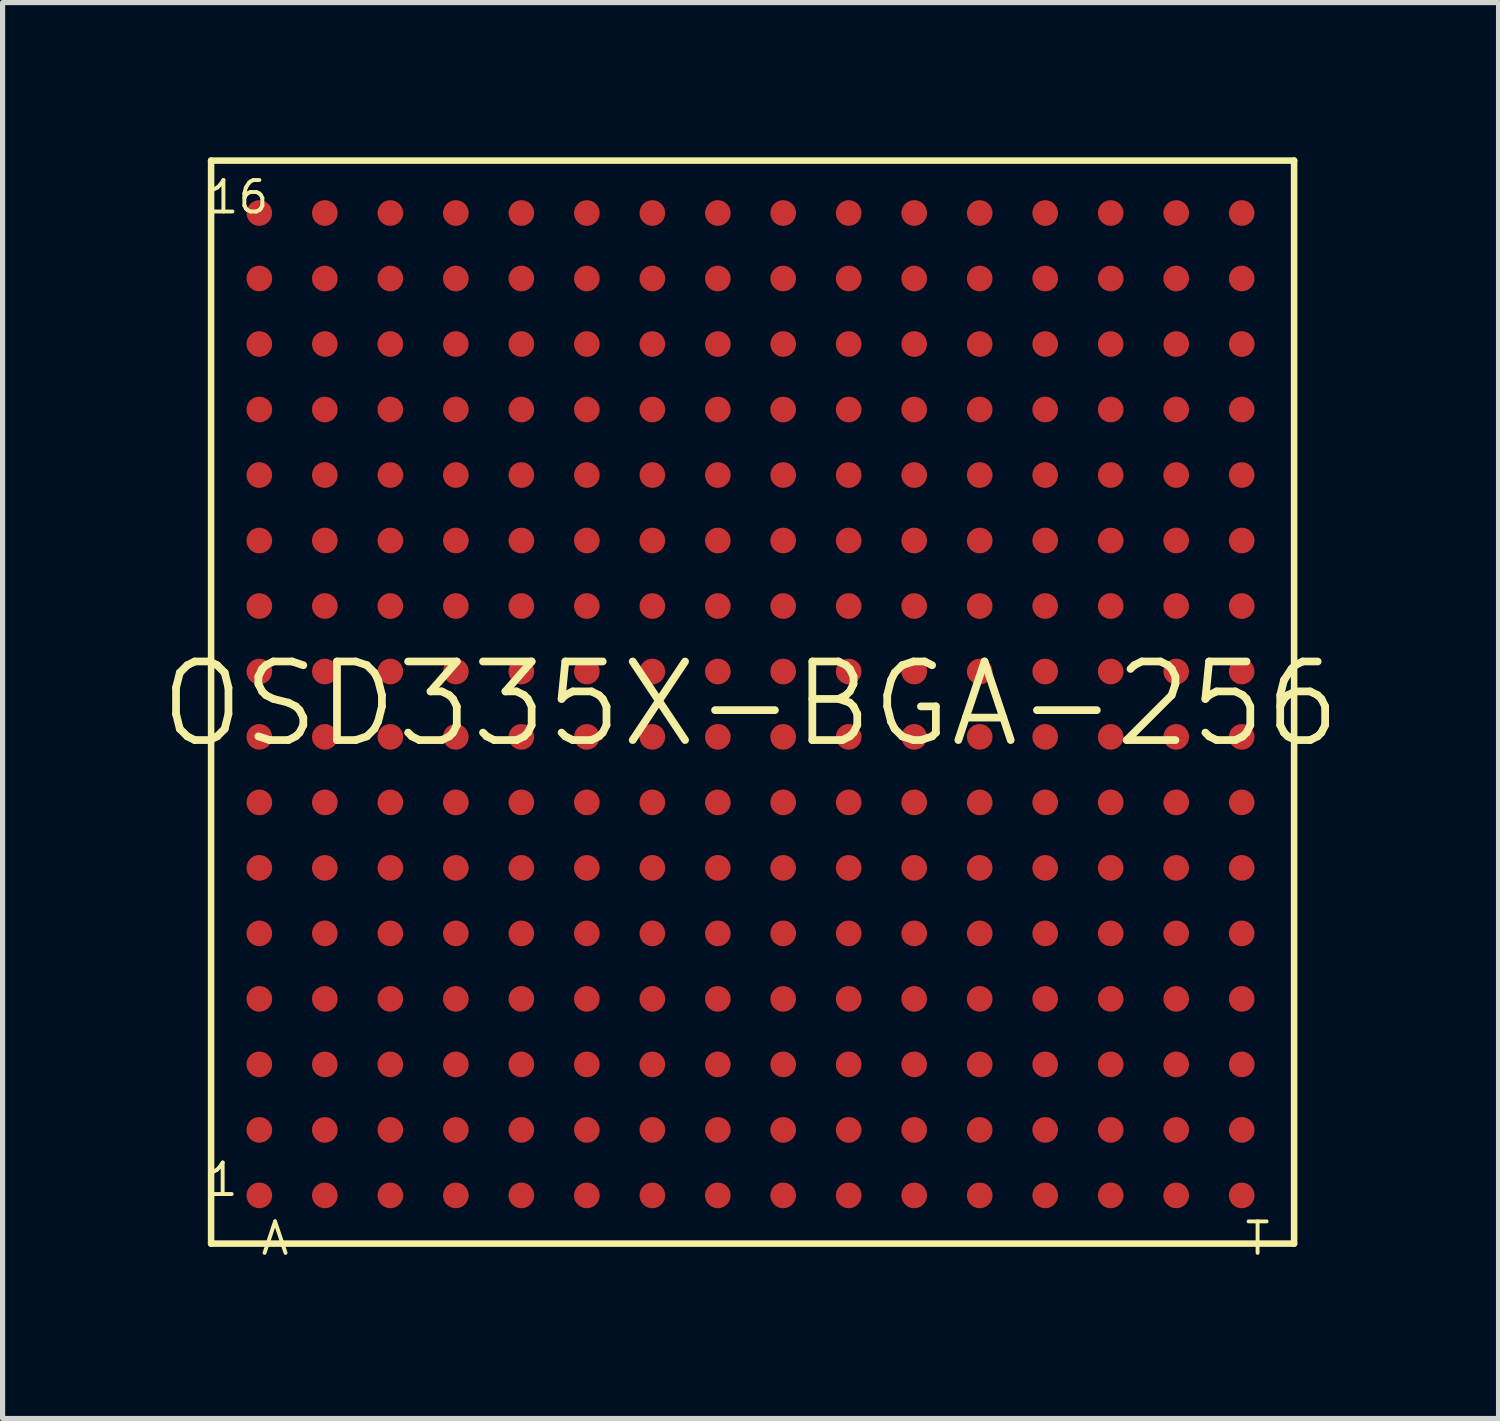
<source format=kicad_pcb>
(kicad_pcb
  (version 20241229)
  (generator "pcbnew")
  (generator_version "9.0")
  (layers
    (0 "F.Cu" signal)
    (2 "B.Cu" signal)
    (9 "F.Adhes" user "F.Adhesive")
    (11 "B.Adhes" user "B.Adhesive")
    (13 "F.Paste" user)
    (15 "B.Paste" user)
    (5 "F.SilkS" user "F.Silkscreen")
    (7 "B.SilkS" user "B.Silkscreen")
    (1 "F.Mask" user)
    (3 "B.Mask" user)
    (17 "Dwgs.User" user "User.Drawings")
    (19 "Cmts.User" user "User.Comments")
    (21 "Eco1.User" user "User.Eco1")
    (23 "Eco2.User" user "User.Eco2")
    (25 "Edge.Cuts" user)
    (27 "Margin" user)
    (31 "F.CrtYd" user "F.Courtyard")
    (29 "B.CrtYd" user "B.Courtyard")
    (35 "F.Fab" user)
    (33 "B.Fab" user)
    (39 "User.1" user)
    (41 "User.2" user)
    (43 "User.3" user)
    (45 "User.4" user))
  (footprint "OSD335X-BGA-256"
    (layer "F.Cu")
    (at 11.503 10.602)
    (property "Reference" "OSD335X-BGA-256" (at 0 0 0) (layer "F.SilkS") (effects (font (size 1.524 1.524) (thickness 0.15))))
    (attr smd)
    (fp_line (start -10.46 -10.538) (end -10.46 10.46) (stroke (width 0.127) (type solid)) (layer "F.SilkS"))
    (fp_line (start -10.46 10.46) (end 10.538 10.46) (stroke (width 0.127) (type solid)) (layer "F.SilkS"))
    (fp_line (start 10.538 -10.538) (end -10.46 -10.538) (stroke (width 0.127) (type solid)) (layer "F.SilkS"))
    (fp_line (start 10.538 10.46) (end 10.538 -10.538) (stroke (width 0.127) (type solid)) (layer "F.SilkS"))
    (fp_text user "16" (at -9.931 -9.83 0) (layer "F.SilkS") (effects (font (size 0.61 0.61) (thickness 0.076))))
    (fp_text user "1" (at -10.236 9.22 0) (layer "F.SilkS") (effects (font (size 0.61 0.61) (thickness 0.076))))
    (fp_text user "A" (at -9.22 10.361 0) (layer "F.SilkS") (effects (font (size 0.61 0.61) (thickness 0.076))))
    (fp_text user "T" (at 9.83 10.361 0) (layer "F.SilkS") (effects (font (size 0.61 0.61) (thickness 0.076))))
    (pad "A1" smd circle (at -9.525 9.525) (size 0.498 0.498) (layers "F.Cu" "F.Mask" "F.Paste"))
    (pad "A2" smd circle (at -9.525 8.255) (size 0.498 0.498) (layers "F.Cu" "F.Mask" "F.Paste"))
    (pad "A3" smd circle (at -9.525 6.985) (size 0.498 0.498) (layers "F.Cu" "F.Mask" "F.Paste"))
    (pad "A4" smd circle (at -9.525 5.715) (size 0.498 0.498) (layers "F.Cu" "F.Mask" "F.Paste"))
    (pad "A5" smd circle (at -9.525 4.445) (size 0.498 0.498) (layers "F.Cu" "F.Mask" "F.Paste"))
    (pad "A6" smd circle (at -9.525 3.175) (size 0.498 0.498) (layers "F.Cu" "F.Mask" "F.Paste"))
    (pad "A7" smd circle (at -9.525 1.905) (size 0.498 0.498) (layers "F.Cu" "F.Mask" "F.Paste"))
    (pad "A8" smd circle (at -9.525 0.635) (size 0.498 0.498) (layers "F.Cu" "F.Mask" "F.Paste"))
    (pad "A9" smd circle (at -9.525 -0.632) (size 0.498 0.498) (layers "F.Cu" "F.Mask" "F.Paste"))
    (pad "A10" smd circle (at -9.525 -1.902) (size 0.498 0.498) (layers "F.Cu" "F.Mask" "F.Paste"))
    (pad "A11" smd circle (at -9.525 -3.172) (size 0.498 0.498) (layers "F.Cu" "F.Mask" "F.Paste"))
    (pad "A12" smd circle (at -9.525 -4.442) (size 0.498 0.498) (layers "F.Cu" "F.Mask" "F.Paste"))
    (pad "A13" smd circle (at -9.525 -5.712) (size 0.498 0.498) (layers "F.Cu" "F.Mask" "F.Paste"))
    (pad "A14" smd circle (at -9.525 -6.982) (size 0.498 0.498) (layers "F.Cu" "F.Mask" "F.Paste"))
    (pad "A15" smd circle (at -9.525 -8.252) (size 0.498 0.498) (layers "F.Cu" "F.Mask" "F.Paste"))
    (pad "A16" smd circle (at -9.525 -9.522) (size 0.498 0.498) (layers "F.Cu" "F.Mask" "F.Paste"))
    (pad "B1" smd circle (at -8.255 9.525) (size 0.498 0.498) (layers "F.Cu" "F.Mask" "F.Paste"))
    (pad "B2" smd circle (at -8.255 8.255) (size 0.498 0.498) (layers "F.Cu" "F.Mask" "F.Paste"))
    (pad "B3" smd circle (at -8.255 6.985) (size 0.498 0.498) (layers "F.Cu" "F.Mask" "F.Paste"))
    (pad "B4" smd circle (at -8.255 5.715) (size 0.498 0.498) (layers "F.Cu" "F.Mask" "F.Paste"))
    (pad "B5" smd circle (at -8.255 4.445) (size 0.498 0.498) (layers "F.Cu" "F.Mask" "F.Paste"))
    (pad "B6" smd circle (at -8.255 3.175) (size 0.498 0.498) (layers "F.Cu" "F.Mask" "F.Paste"))
    (pad "B7" smd circle (at -8.255 1.905) (size 0.498 0.498) (layers "F.Cu" "F.Mask" "F.Paste"))
    (pad "B8" smd circle (at -8.255 0.635) (size 0.498 0.498) (layers "F.Cu" "F.Mask" "F.Paste"))
    (pad "B9" smd circle (at -8.255 -0.632) (size 0.498 0.498) (layers "F.Cu" "F.Mask" "F.Paste"))
    (pad "B10" smd circle (at -8.255 -1.902) (size 0.498 0.498) (layers "F.Cu" "F.Mask" "F.Paste"))
    (pad "B11" smd circle (at -8.255 -3.172) (size 0.498 0.498) (layers "F.Cu" "F.Mask" "F.Paste"))
    (pad "B12" smd circle (at -8.255 -4.442) (size 0.498 0.498) (layers "F.Cu" "F.Mask" "F.Paste"))
    (pad "B13" smd circle (at -8.255 -5.712) (size 0.498 0.498) (layers "F.Cu" "F.Mask" "F.Paste"))
    (pad "B14" smd circle (at -8.255 -6.982) (size 0.498 0.498) (layers "F.Cu" "F.Mask" "F.Paste"))
    (pad "B15" smd circle (at -8.255 -8.252) (size 0.498 0.498) (layers "F.Cu" "F.Mask" "F.Paste"))
    (pad "B16" smd circle (at -8.255 -9.522) (size 0.498 0.498) (layers "F.Cu" "F.Mask" "F.Paste"))
    (pad "C1" smd circle (at -6.985 9.525) (size 0.498 0.498) (layers "F.Cu" "F.Mask" "F.Paste"))
    (pad "C2" smd circle (at -6.985 8.255) (size 0.498 0.498) (layers "F.Cu" "F.Mask" "F.Paste"))
    (pad "C3" smd circle (at -6.985 6.985) (size 0.498 0.498) (layers "F.Cu" "F.Mask" "F.Paste"))
    (pad "C4" smd circle (at -6.985 5.715) (size 0.498 0.498) (layers "F.Cu" "F.Mask" "F.Paste"))
    (pad "C5" smd circle (at -6.985 4.445) (size 0.498 0.498) (layers "F.Cu" "F.Mask" "F.Paste"))
    (pad "C6" smd circle (at -6.985 3.175) (size 0.498 0.498) (layers "F.Cu" "F.Mask" "F.Paste"))
    (pad "C7" smd circle (at -6.985 1.905) (size 0.498 0.498) (layers "F.Cu" "F.Mask" "F.Paste"))
    (pad "C8" smd circle (at -6.985 0.635) (size 0.498 0.498) (layers "F.Cu" "F.Mask" "F.Paste"))
    (pad "C9" smd circle (at -6.985 -0.632) (size 0.498 0.498) (layers "F.Cu" "F.Mask" "F.Paste"))
    (pad "C10" smd circle (at -6.985 -1.902) (size 0.498 0.498) (layers "F.Cu" "F.Mask" "F.Paste"))
    (pad "C11" smd circle (at -6.985 -3.172) (size 0.498 0.498) (layers "F.Cu" "F.Mask" "F.Paste"))
    (pad "C12" smd circle (at -6.985 -4.442) (size 0.498 0.498) (layers "F.Cu" "F.Mask" "F.Paste"))
    (pad "C13" smd circle (at -6.985 -5.712) (size 0.498 0.498) (layers "F.Cu" "F.Mask" "F.Paste"))
    (pad "C14" smd circle (at -6.985 -6.982) (size 0.498 0.498) (layers "F.Cu" "F.Mask" "F.Paste"))
    (pad "C15" smd circle (at -6.985 -8.252) (size 0.498 0.498) (layers "F.Cu" "F.Mask" "F.Paste"))
    (pad "C16" smd circle (at -6.985 -9.522) (size 0.498 0.498) (layers "F.Cu" "F.Mask" "F.Paste"))
    (pad "D1" smd circle (at -5.715 9.525) (size 0.498 0.498) (layers "F.Cu" "F.Mask" "F.Paste"))
    (pad "D2" smd circle (at -5.715 8.255) (size 0.498 0.498) (layers "F.Cu" "F.Mask" "F.Paste"))
    (pad "D3" smd circle (at -5.715 6.985) (size 0.498 0.498) (layers "F.Cu" "F.Mask" "F.Paste"))
    (pad "D4" smd circle (at -5.715 5.715) (size 0.498 0.498) (layers "F.Cu" "F.Mask" "F.Paste"))
    (pad "D5" smd circle (at -5.715 4.445) (size 0.498 0.498) (layers "F.Cu" "F.Mask" "F.Paste"))
    (pad "D6" smd circle (at -5.715 3.175) (size 0.498 0.498) (layers "F.Cu" "F.Mask" "F.Paste"))
    (pad "D7" smd circle (at -5.715 1.905) (size 0.498 0.498) (layers "F.Cu" "F.Mask" "F.Paste"))
    (pad "D8" smd circle (at -5.715 0.635) (size 0.498 0.498) (layers "F.Cu" "F.Mask" "F.Paste"))
    (pad "D9" smd circle (at -5.715 -0.632) (size 0.498 0.498) (layers "F.Cu" "F.Mask" "F.Paste"))
    (pad "D10" smd circle (at -5.715 -1.902) (size 0.498 0.498) (layers "F.Cu" "F.Mask" "F.Paste"))
    (pad "D11" smd circle (at -5.715 -3.172) (size 0.498 0.498) (layers "F.Cu" "F.Mask" "F.Paste"))
    (pad "D12" smd circle (at -5.715 -4.442) (size 0.498 0.498) (layers "F.Cu" "F.Mask" "F.Paste"))
    (pad "D13" smd circle (at -5.715 -5.712) (size 0.498 0.498) (layers "F.Cu" "F.Mask" "F.Paste"))
    (pad "D14" smd circle (at -5.715 -6.982) (size 0.498 0.498) (layers "F.Cu" "F.Mask" "F.Paste"))
    (pad "D15" smd circle (at -5.715 -8.252) (size 0.498 0.498) (layers "F.Cu" "F.Mask" "F.Paste"))
    (pad "D16" smd circle (at -5.715 -9.522) (size 0.498 0.498) (layers "F.Cu" "F.Mask" "F.Paste"))
    (pad "E1" smd circle (at -4.445 9.525) (size 0.498 0.498) (layers "F.Cu" "F.Mask" "F.Paste"))
    (pad "E2" smd circle (at -4.445 8.255) (size 0.498 0.498) (layers "F.Cu" "F.Mask" "F.Paste"))
    (pad "E3" smd circle (at -4.445 6.985) (size 0.498 0.498) (layers "F.Cu" "F.Mask" "F.Paste"))
    (pad "E4" smd circle (at -4.445 5.715) (size 0.498 0.498) (layers "F.Cu" "F.Mask" "F.Paste"))
    (pad "E5" smd circle (at -4.445 4.445) (size 0.498 0.498) (layers "F.Cu" "F.Mask" "F.Paste"))
    (pad "E6" smd circle (at -4.445 3.175) (size 0.498 0.498) (layers "F.Cu" "F.Mask" "F.Paste"))
    (pad "E7" smd circle (at -4.445 1.905) (size 0.498 0.498) (layers "F.Cu" "F.Mask" "F.Paste"))
    (pad "E8" smd circle (at -4.445 0.635) (size 0.498 0.498) (layers "F.Cu" "F.Mask" "F.Paste"))
    (pad "E9" smd circle (at -4.445 -0.632) (size 0.498 0.498) (layers "F.Cu" "F.Mask" "F.Paste"))
    (pad "E10" smd circle (at -4.445 -1.902) (size 0.498 0.498) (layers "F.Cu" "F.Mask" "F.Paste"))
    (pad "E11" smd circle (at -4.445 -3.172) (size 0.498 0.498) (layers "F.Cu" "F.Mask" "F.Paste"))
    (pad "E12" smd circle (at -4.445 -4.442) (size 0.498 0.498) (layers "F.Cu" "F.Mask" "F.Paste"))
    (pad "E13" smd circle (at -4.445 -5.712) (size 0.498 0.498) (layers "F.Cu" "F.Mask" "F.Paste"))
    (pad "E14" smd circle (at -4.445 -6.982) (size 0.498 0.498) (layers "F.Cu" "F.Mask" "F.Paste"))
    (pad "E15" smd circle (at -4.445 -8.252) (size 0.498 0.498) (layers "F.Cu" "F.Mask" "F.Paste"))
    (pad "E16" smd circle (at -4.445 -9.522) (size 0.498 0.498) (layers "F.Cu" "F.Mask" "F.Paste"))
    (pad "F1" smd circle (at -3.175 9.525) (size 0.498 0.498) (layers "F.Cu" "F.Mask" "F.Paste"))
    (pad "F2" smd circle (at -3.175 8.255) (size 0.498 0.498) (layers "F.Cu" "F.Mask" "F.Paste"))
    (pad "F3" smd circle (at -3.175 6.985) (size 0.498 0.498) (layers "F.Cu" "F.Mask" "F.Paste"))
    (pad "F4" smd circle (at -3.175 5.715) (size 0.498 0.498) (layers "F.Cu" "F.Mask" "F.Paste"))
    (pad "F5" smd circle (at -3.175 4.445) (size 0.498 0.498) (layers "F.Cu" "F.Mask" "F.Paste"))
    (pad "F6" smd circle (at -3.175 3.175) (size 0.498 0.498) (layers "F.Cu" "F.Mask" "F.Paste"))
    (pad "F7" smd circle (at -3.175 1.905) (size 0.498 0.498) (layers "F.Cu" "F.Mask" "F.Paste"))
    (pad "F8" smd circle (at -3.175 0.635) (size 0.498 0.498) (layers "F.Cu" "F.Mask" "F.Paste"))
    (pad "F9" smd circle (at -3.175 -0.632) (size 0.498 0.498) (layers "F.Cu" "F.Mask" "F.Paste"))
    (pad "F10" smd circle (at -3.175 -1.902) (size 0.498 0.498) (layers "F.Cu" "F.Mask" "F.Paste"))
    (pad "F11" smd circle (at -3.175 -3.172) (size 0.498 0.498) (layers "F.Cu" "F.Mask" "F.Paste"))
    (pad "F12" smd circle (at -3.175 -4.442) (size 0.498 0.498) (layers "F.Cu" "F.Mask" "F.Paste"))
    (pad "F13" smd circle (at -3.175 -5.712) (size 0.498 0.498) (layers "F.Cu" "F.Mask" "F.Paste"))
    (pad "F14" smd circle (at -3.175 -6.982) (size 0.498 0.498) (layers "F.Cu" "F.Mask" "F.Paste"))
    (pad "F15" smd circle (at -3.175 -8.252) (size 0.498 0.498) (layers "F.Cu" "F.Mask" "F.Paste"))
    (pad "F16" smd circle (at -3.175 -9.522) (size 0.498 0.498) (layers "F.Cu" "F.Mask" "F.Paste"))
    (pad "G1" smd circle (at -1.905 9.525) (size 0.498 0.498) (layers "F.Cu" "F.Mask" "F.Paste"))
    (pad "G2" smd circle (at -1.905 8.255) (size 0.498 0.498) (layers "F.Cu" "F.Mask" "F.Paste"))
    (pad "G3" smd circle (at -1.905 6.985) (size 0.498 0.498) (layers "F.Cu" "F.Mask" "F.Paste"))
    (pad "G4" smd circle (at -1.905 5.715) (size 0.498 0.498) (layers "F.Cu" "F.Mask" "F.Paste"))
    (pad "G5" smd circle (at -1.905 4.445) (size 0.498 0.498) (layers "F.Cu" "F.Mask" "F.Paste"))
    (pad "G6" smd circle (at -1.905 3.175) (size 0.498 0.498) (layers "F.Cu" "F.Mask" "F.Paste"))
    (pad "G7" smd circle (at -1.905 1.905) (size 0.498 0.498) (layers "F.Cu" "F.Mask" "F.Paste"))
    (pad "G8" smd circle (at -1.905 0.635) (size 0.498 0.498) (layers "F.Cu" "F.Mask" "F.Paste"))
    (pad "G9" smd circle (at -1.905 -0.632) (size 0.498 0.498) (layers "F.Cu" "F.Mask" "F.Paste"))
    (pad "G10" smd circle (at -1.905 -1.902) (size 0.498 0.498) (layers "F.Cu" "F.Mask" "F.Paste"))
    (pad "G11" smd circle (at -1.905 -3.172) (size 0.498 0.498) (layers "F.Cu" "F.Mask" "F.Paste"))
    (pad "G12" smd circle (at -1.905 -4.442) (size 0.498 0.498) (layers "F.Cu" "F.Mask" "F.Paste"))
    (pad "G13" smd circle (at -1.905 -5.712) (size 0.498 0.498) (layers "F.Cu" "F.Mask" "F.Paste"))
    (pad "G14" smd circle (at -1.905 -6.982) (size 0.498 0.498) (layers "F.Cu" "F.Mask" "F.Paste"))
    (pad "G15" smd circle (at -1.905 -8.252) (size 0.498 0.498) (layers "F.Cu" "F.Mask" "F.Paste"))
    (pad "G16" smd circle (at -1.905 -9.522) (size 0.498 0.498) (layers "F.Cu" "F.Mask" "F.Paste"))
    (pad "H1" smd circle (at -0.635 9.525) (size 0.498 0.498) (layers "F.Cu" "F.Mask" "F.Paste"))
    (pad "H2" smd circle (at -0.635 8.255) (size 0.498 0.498) (layers "F.Cu" "F.Mask" "F.Paste"))
    (pad "H3" smd circle (at -0.635 6.985) (size 0.498 0.498) (layers "F.Cu" "F.Mask" "F.Paste"))
    (pad "H4" smd circle (at -0.635 5.715) (size 0.498 0.498) (layers "F.Cu" "F.Mask" "F.Paste"))
    (pad "H5" smd circle (at -0.635 4.445) (size 0.498 0.498) (layers "F.Cu" "F.Mask" "F.Paste"))
    (pad "H6" smd circle (at -0.635 3.175) (size 0.498 0.498) (layers "F.Cu" "F.Mask" "F.Paste"))
    (pad "H7" smd circle (at -0.635 1.905) (size 0.498 0.498) (layers "F.Cu" "F.Mask" "F.Paste"))
    (pad "H8" smd circle (at -0.635 0.635) (size 0.498 0.498) (layers "F.Cu" "F.Mask" "F.Paste"))
    (pad "H9" smd circle (at -0.635 -0.632) (size 0.498 0.498) (layers "F.Cu" "F.Mask" "F.Paste"))
    (pad "H10" smd circle (at -0.635 -1.902) (size 0.498 0.498) (layers "F.Cu" "F.Mask" "F.Paste"))
    (pad "H11" smd circle (at -0.635 -3.172) (size 0.498 0.498) (layers "F.Cu" "F.Mask" "F.Paste"))
    (pad "H12" smd circle (at -0.635 -4.442) (size 0.498 0.498) (layers "F.Cu" "F.Mask" "F.Paste"))
    (pad "H13" smd circle (at -0.635 -5.712) (size 0.498 0.498) (layers "F.Cu" "F.Mask" "F.Paste"))
    (pad "H14" smd circle (at -0.635 -6.982) (size 0.498 0.498) (layers "F.Cu" "F.Mask" "F.Paste"))
    (pad "H15" smd circle (at -0.635 -8.252) (size 0.498 0.498) (layers "F.Cu" "F.Mask" "F.Paste"))
    (pad "H16" smd circle (at -0.635 -9.522) (size 0.498 0.498) (layers "F.Cu" "F.Mask" "F.Paste"))
    (pad "J1" smd circle (at 0.632 9.525) (size 0.498 0.498) (layers "F.Cu" "F.Mask" "F.Paste"))
    (pad "J2" smd circle (at 0.632 8.255) (size 0.498 0.498) (layers "F.Cu" "F.Mask" "F.Paste"))
    (pad "J3" smd circle (at 0.632 6.985) (size 0.498 0.498) (layers "F.Cu" "F.Mask" "F.Paste"))
    (pad "J4" smd circle (at 0.632 5.715) (size 0.498 0.498) (layers "F.Cu" "F.Mask" "F.Paste"))
    (pad "J5" smd circle (at 0.632 4.445) (size 0.498 0.498) (layers "F.Cu" "F.Mask" "F.Paste"))
    (pad "J6" smd circle (at 0.632 3.175) (size 0.498 0.498) (layers "F.Cu" "F.Mask" "F.Paste"))
    (pad "J7" smd circle (at 0.632 1.905) (size 0.498 0.498) (layers "F.Cu" "F.Mask" "F.Paste"))
    (pad "J8" smd circle (at 0.632 0.635) (size 0.498 0.498) (layers "F.Cu" "F.Mask" "F.Paste"))
    (pad "J9" smd circle (at 0.632 -0.632) (size 0.498 0.498) (layers "F.Cu" "F.Mask" "F.Paste"))
    (pad "J10" smd circle (at 0.632 -1.902) (size 0.498 0.498) (layers "F.Cu" "F.Mask" "F.Paste"))
    (pad "J11" smd circle (at 0.632 -3.172) (size 0.498 0.498) (layers "F.Cu" "F.Mask" "F.Paste"))
    (pad "J12" smd circle (at 0.632 -4.442) (size 0.498 0.498) (layers "F.Cu" "F.Mask" "F.Paste"))
    (pad "J13" smd circle (at 0.632 -5.712) (size 0.498 0.498) (layers "F.Cu" "F.Mask" "F.Paste"))
    (pad "J14" smd circle (at 0.632 -6.982) (size 0.498 0.498) (layers "F.Cu" "F.Mask" "F.Paste"))
    (pad "J15" smd circle (at 0.632 -8.252) (size 0.498 0.498) (layers "F.Cu" "F.Mask" "F.Paste"))
    (pad "J16" smd circle (at 0.632 -9.522) (size 0.498 0.498) (layers "F.Cu" "F.Mask" "F.Paste"))
    (pad "K1" smd circle (at 1.902 9.525) (size 0.498 0.498) (layers "F.Cu" "F.Mask" "F.Paste"))
    (pad "K2" smd circle (at 1.902 8.255) (size 0.498 0.498) (layers "F.Cu" "F.Mask" "F.Paste"))
    (pad "K3" smd circle (at 1.902 6.985) (size 0.498 0.498) (layers "F.Cu" "F.Mask" "F.Paste"))
    (pad "K4" smd circle (at 1.902 5.715) (size 0.498 0.498) (layers "F.Cu" "F.Mask" "F.Paste"))
    (pad "K5" smd circle (at 1.902 4.445) (size 0.498 0.498) (layers "F.Cu" "F.Mask" "F.Paste"))
    (pad "K6" smd circle (at 1.902 3.175) (size 0.498 0.498) (layers "F.Cu" "F.Mask" "F.Paste"))
    (pad "K7" smd circle (at 1.902 1.905) (size 0.498 0.498) (layers "F.Cu" "F.Mask" "F.Paste"))
    (pad "K8" smd circle (at 1.902 0.635) (size 0.498 0.498) (layers "F.Cu" "F.Mask" "F.Paste"))
    (pad "K9" smd circle (at 1.902 -0.632) (size 0.498 0.498) (layers "F.Cu" "F.Mask" "F.Paste"))
    (pad "K10" smd circle (at 1.902 -1.902) (size 0.498 0.498) (layers "F.Cu" "F.Mask" "F.Paste"))
    (pad "K11" smd circle (at 1.902 -3.172) (size 0.498 0.498) (layers "F.Cu" "F.Mask" "F.Paste"))
    (pad "K12" smd circle (at 1.902 -4.442) (size 0.498 0.498) (layers "F.Cu" "F.Mask" "F.Paste"))
    (pad "K13" smd circle (at 1.902 -5.712) (size 0.498 0.498) (layers "F.Cu" "F.Mask" "F.Paste"))
    (pad "K14" smd circle (at 1.902 -6.982) (size 0.498 0.498) (layers "F.Cu" "F.Mask" "F.Paste"))
    (pad "K15" smd circle (at 1.902 -8.252) (size 0.498 0.498) (layers "F.Cu" "F.Mask" "F.Paste"))
    (pad "K16" smd circle (at 1.902 -9.522) (size 0.498 0.498) (layers "F.Cu" "F.Mask" "F.Paste"))
    (pad "L1" smd circle (at 3.172 9.525) (size 0.498 0.498) (layers "F.Cu" "F.Mask" "F.Paste"))
    (pad "L2" smd circle (at 3.172 8.255) (size 0.498 0.498) (layers "F.Cu" "F.Mask" "F.Paste"))
    (pad "L3" smd circle (at 3.172 6.985) (size 0.498 0.498) (layers "F.Cu" "F.Mask" "F.Paste"))
    (pad "L4" smd circle (at 3.172 5.715) (size 0.498 0.498) (layers "F.Cu" "F.Mask" "F.Paste"))
    (pad "L5" smd circle (at 3.172 4.445) (size 0.498 0.498) (layers "F.Cu" "F.Mask" "F.Paste"))
    (pad "L6" smd circle (at 3.172 3.175) (size 0.498 0.498) (layers "F.Cu" "F.Mask" "F.Paste"))
    (pad "L7" smd circle (at 3.172 1.905) (size 0.498 0.498) (layers "F.Cu" "F.Mask" "F.Paste"))
    (pad "L8" smd circle (at 3.172 0.635) (size 0.498 0.498) (layers "F.Cu" "F.Mask" "F.Paste"))
    (pad "L9" smd circle (at 3.172 -0.632) (size 0.498 0.498) (layers "F.Cu" "F.Mask" "F.Paste"))
    (pad "L10" smd circle (at 3.172 -1.902) (size 0.498 0.498) (layers "F.Cu" "F.Mask" "F.Paste"))
    (pad "L11" smd circle (at 3.172 -3.172) (size 0.498 0.498) (layers "F.Cu" "F.Mask" "F.Paste"))
    (pad "L12" smd circle (at 3.172 -4.442) (size 0.498 0.498) (layers "F.Cu" "F.Mask" "F.Paste"))
    (pad "L13" smd circle (at 3.172 -5.712) (size 0.498 0.498) (layers "F.Cu" "F.Mask" "F.Paste"))
    (pad "L14" smd circle (at 3.172 -6.982) (size 0.498 0.498) (layers "F.Cu" "F.Mask" "F.Paste"))
    (pad "L15" smd circle (at 3.172 -8.252) (size 0.498 0.498) (layers "F.Cu" "F.Mask" "F.Paste"))
    (pad "L16" smd circle (at 3.172 -9.522) (size 0.498 0.498) (layers "F.Cu" "F.Mask" "F.Paste"))
    (pad "M1" smd circle (at 4.442 9.525) (size 0.498 0.498) (layers "F.Cu" "F.Mask" "F.Paste"))
    (pad "M2" smd circle (at 4.442 8.255) (size 0.498 0.498) (layers "F.Cu" "F.Mask" "F.Paste"))
    (pad "M3" smd circle (at 4.442 6.985) (size 0.498 0.498) (layers "F.Cu" "F.Mask" "F.Paste"))
    (pad "M4" smd circle (at 4.442 5.715) (size 0.498 0.498) (layers "F.Cu" "F.Mask" "F.Paste"))
    (pad "M5" smd circle (at 4.442 4.445) (size 0.498 0.498) (layers "F.Cu" "F.Mask" "F.Paste"))
    (pad "M6" smd circle (at 4.442 3.175) (size 0.498 0.498) (layers "F.Cu" "F.Mask" "F.Paste"))
    (pad "M7" smd circle (at 4.442 1.905) (size 0.498 0.498) (layers "F.Cu" "F.Mask" "F.Paste"))
    (pad "M8" smd circle (at 4.442 0.635) (size 0.498 0.498) (layers "F.Cu" "F.Mask" "F.Paste"))
    (pad "M9" smd circle (at 4.442 -0.632) (size 0.498 0.498) (layers "F.Cu" "F.Mask" "F.Paste"))
    (pad "M10" smd circle (at 4.442 -1.902) (size 0.498 0.498) (layers "F.Cu" "F.Mask" "F.Paste"))
    (pad "M11" smd circle (at 4.442 -3.172) (size 0.498 0.498) (layers "F.Cu" "F.Mask" "F.Paste"))
    (pad "M12" smd circle (at 4.442 -4.442) (size 0.498 0.498) (layers "F.Cu" "F.Mask" "F.Paste"))
    (pad "M13" smd circle (at 4.442 -5.712) (size 0.498 0.498) (layers "F.Cu" "F.Mask" "F.Paste"))
    (pad "M14" smd circle (at 4.442 -6.982) (size 0.498 0.498) (layers "F.Cu" "F.Mask" "F.Paste"))
    (pad "M15" smd circle (at 4.442 -8.252) (size 0.498 0.498) (layers "F.Cu" "F.Mask" "F.Paste"))
    (pad "M16" smd circle (at 4.442 -9.522) (size 0.498 0.498) (layers "F.Cu" "F.Mask" "F.Paste"))
    (pad "N1" smd circle (at 5.712 9.525) (size 0.498 0.498) (layers "F.Cu" "F.Mask" "F.Paste"))
    (pad "N2" smd circle (at 5.712 8.255) (size 0.498 0.498) (layers "F.Cu" "F.Mask" "F.Paste"))
    (pad "N3" smd circle (at 5.712 6.985) (size 0.498 0.498) (layers "F.Cu" "F.Mask" "F.Paste"))
    (pad "N4" smd circle (at 5.712 5.715) (size 0.498 0.498) (layers "F.Cu" "F.Mask" "F.Paste"))
    (pad "N5" smd circle (at 5.712 4.445) (size 0.498 0.498) (layers "F.Cu" "F.Mask" "F.Paste"))
    (pad "N6" smd circle (at 5.712 3.175) (size 0.498 0.498) (layers "F.Cu" "F.Mask" "F.Paste"))
    (pad "N7" smd circle (at 5.712 1.905) (size 0.498 0.498) (layers "F.Cu" "F.Mask" "F.Paste"))
    (pad "N8" smd circle (at 5.712 0.635) (size 0.498 0.498) (layers "F.Cu" "F.Mask" "F.Paste"))
    (pad "N9" smd circle (at 5.712 -0.632) (size 0.498 0.498) (layers "F.Cu" "F.Mask" "F.Paste"))
    (pad "N10" smd circle (at 5.712 -1.902) (size 0.498 0.498) (layers "F.Cu" "F.Mask" "F.Paste"))
    (pad "N11" smd circle (at 5.712 -3.172) (size 0.498 0.498) (layers "F.Cu" "F.Mask" "F.Paste"))
    (pad "N12" smd circle (at 5.712 -4.442) (size 0.498 0.498) (layers "F.Cu" "F.Mask" "F.Paste"))
    (pad "N13" smd circle (at 5.712 -5.712) (size 0.498 0.498) (layers "F.Cu" "F.Mask" "F.Paste"))
    (pad "N14" smd circle (at 5.712 -6.982) (size 0.498 0.498) (layers "F.Cu" "F.Mask" "F.Paste"))
    (pad "N15" smd circle (at 5.712 -8.252) (size 0.498 0.498) (layers "F.Cu" "F.Mask" "F.Paste"))
    (pad "N16" smd circle (at 5.712 -9.522) (size 0.498 0.498) (layers "F.Cu" "F.Mask" "F.Paste"))
    (pad "P1" smd circle (at 6.982 9.525) (size 0.498 0.498) (layers "F.Cu" "F.Mask" "F.Paste"))
    (pad "P2" smd circle (at 6.982 8.255) (size 0.498 0.498) (layers "F.Cu" "F.Mask" "F.Paste"))
    (pad "P3" smd circle (at 6.982 6.985) (size 0.498 0.498) (layers "F.Cu" "F.Mask" "F.Paste"))
    (pad "P4" smd circle (at 6.982 5.715) (size 0.498 0.498) (layers "F.Cu" "F.Mask" "F.Paste"))
    (pad "P5" smd circle (at 6.982 4.445) (size 0.498 0.498) (layers "F.Cu" "F.Mask" "F.Paste"))
    (pad "P6" smd circle (at 6.982 3.175) (size 0.498 0.498) (layers "F.Cu" "F.Mask" "F.Paste"))
    (pad "P7" smd circle (at 6.982 1.905) (size 0.498 0.498) (layers "F.Cu" "F.Mask" "F.Paste"))
    (pad "P8" smd circle (at 6.982 0.635) (size 0.498 0.498) (layers "F.Cu" "F.Mask" "F.Paste"))
    (pad "P9" smd circle (at 6.982 -0.632) (size 0.498 0.498) (layers "F.Cu" "F.Mask" "F.Paste"))
    (pad "P10" smd circle (at 6.982 -1.902) (size 0.498 0.498) (layers "F.Cu" "F.Mask" "F.Paste"))
    (pad "P11" smd circle (at 6.982 -3.172) (size 0.498 0.498) (layers "F.Cu" "F.Mask" "F.Paste"))
    (pad "P12" smd circle (at 6.982 -4.442) (size 0.498 0.498) (layers "F.Cu" "F.Mask" "F.Paste"))
    (pad "P13" smd circle (at 6.982 -5.712) (size 0.498 0.498) (layers "F.Cu" "F.Mask" "F.Paste"))
    (pad "P14" smd circle (at 6.982 -6.982) (size 0.498 0.498) (layers "F.Cu" "F.Mask" "F.Paste"))
    (pad "P15" smd circle (at 6.982 -8.252) (size 0.498 0.498) (layers "F.Cu" "F.Mask" "F.Paste"))
    (pad "P16" smd circle (at 6.982 -9.522) (size 0.498 0.498) (layers "F.Cu" "F.Mask" "F.Paste"))
    (pad "R1" smd circle (at 8.252 9.525) (size 0.498 0.498) (layers "F.Cu" "F.Mask" "F.Paste"))
    (pad "R2" smd circle (at 8.252 8.255) (size 0.498 0.498) (layers "F.Cu" "F.Mask" "F.Paste"))
    (pad "R3" smd circle (at 8.252 6.985) (size 0.498 0.498) (layers "F.Cu" "F.Mask" "F.Paste"))
    (pad "R4" smd circle (at 8.252 5.715) (size 0.498 0.498) (layers "F.Cu" "F.Mask" "F.Paste"))
    (pad "R5" smd circle (at 8.252 4.445) (size 0.498 0.498) (layers "F.Cu" "F.Mask" "F.Paste"))
    (pad "R6" smd circle (at 8.252 3.175) (size 0.498 0.498) (layers "F.Cu" "F.Mask" "F.Paste"))
    (pad "R7" smd circle (at 8.252 1.905) (size 0.498 0.498) (layers "F.Cu" "F.Mask" "F.Paste"))
    (pad "R8" smd circle (at 8.252 0.635) (size 0.498 0.498) (layers "F.Cu" "F.Mask" "F.Paste"))
    (pad "R9" smd circle (at 8.252 -0.632) (size 0.498 0.498) (layers "F.Cu" "F.Mask" "F.Paste"))
    (pad "R10" smd circle (at 8.252 -1.902) (size 0.498 0.498) (layers "F.Cu" "F.Mask" "F.Paste"))
    (pad "R11" smd circle (at 8.252 -3.172) (size 0.498 0.498) (layers "F.Cu" "F.Mask" "F.Paste"))
    (pad "R12" smd circle (at 8.252 -4.442) (size 0.498 0.498) (layers "F.Cu" "F.Mask" "F.Paste"))
    (pad "R13" smd circle (at 8.252 -5.712) (size 0.498 0.498) (layers "F.Cu" "F.Mask" "F.Paste"))
    (pad "R14" smd circle (at 8.252 -6.982) (size 0.498 0.498) (layers "F.Cu" "F.Mask" "F.Paste"))
    (pad "R15" smd circle (at 8.252 -8.252) (size 0.498 0.498) (layers "F.Cu" "F.Mask" "F.Paste"))
    (pad "R16" smd circle (at 8.252 -9.522) (size 0.498 0.498) (layers "F.Cu" "F.Mask" "F.Paste"))
    (pad "T1" smd circle (at 9.522 9.525) (size 0.498 0.498) (layers "F.Cu" "F.Mask" "F.Paste"))
    (pad "T2" smd circle (at 9.522 8.255) (size 0.498 0.498) (layers "F.Cu" "F.Mask" "F.Paste"))
    (pad "T3" smd circle (at 9.522 6.985) (size 0.498 0.498) (layers "F.Cu" "F.Mask" "F.Paste"))
    (pad "T4" smd circle (at 9.522 5.715) (size 0.498 0.498) (layers "F.Cu" "F.Mask" "F.Paste"))
    (pad "T5" smd circle (at 9.522 4.445) (size 0.498 0.498) (layers "F.Cu" "F.Mask" "F.Paste"))
    (pad "T6" smd circle (at 9.522 3.175) (size 0.498 0.498) (layers "F.Cu" "F.Mask" "F.Paste"))
    (pad "T7" smd circle (at 9.522 1.905) (size 0.498 0.498) (layers "F.Cu" "F.Mask" "F.Paste"))
    (pad "T8" smd circle (at 9.522 0.635) (size 0.498 0.498) (layers "F.Cu" "F.Mask" "F.Paste"))
    (pad "T9" smd circle (at 9.522 -0.632) (size 0.498 0.498) (layers "F.Cu" "F.Mask" "F.Paste"))
    (pad "T10" smd circle (at 9.522 -1.902) (size 0.498 0.498) (layers "F.Cu" "F.Mask" "F.Paste"))
    (pad "T11" smd circle (at 9.522 -3.172) (size 0.498 0.498) (layers "F.Cu" "F.Mask" "F.Paste"))
    (pad "T12" smd circle (at 9.522 -4.442) (size 0.498 0.498) (layers "F.Cu" "F.Mask" "F.Paste"))
    (pad "T13" smd circle (at 9.522 -5.712) (size 0.498 0.498) (layers "F.Cu" "F.Mask" "F.Paste"))
    (pad "T14" smd circle (at 9.522 -6.982) (size 0.498 0.498) (layers "F.Cu" "F.Mask" "F.Paste"))
    (pad "T15" smd circle (at 9.522 -8.252) (size 0.498 0.498) (layers "F.Cu" "F.Mask" "F.Paste"))
    (pad "T16" smd circle (at 9.522 -9.522) (size 0.498 0.498) (layers "F.Cu" "F.Mask" "F.Paste")))
  (gr_rect
    (start -3 -3)
    (end 26.005 24.453)
    (stroke (width 0.1) (type default))
    (fill no)
    (layer "Edge.Cuts")))
</source>
